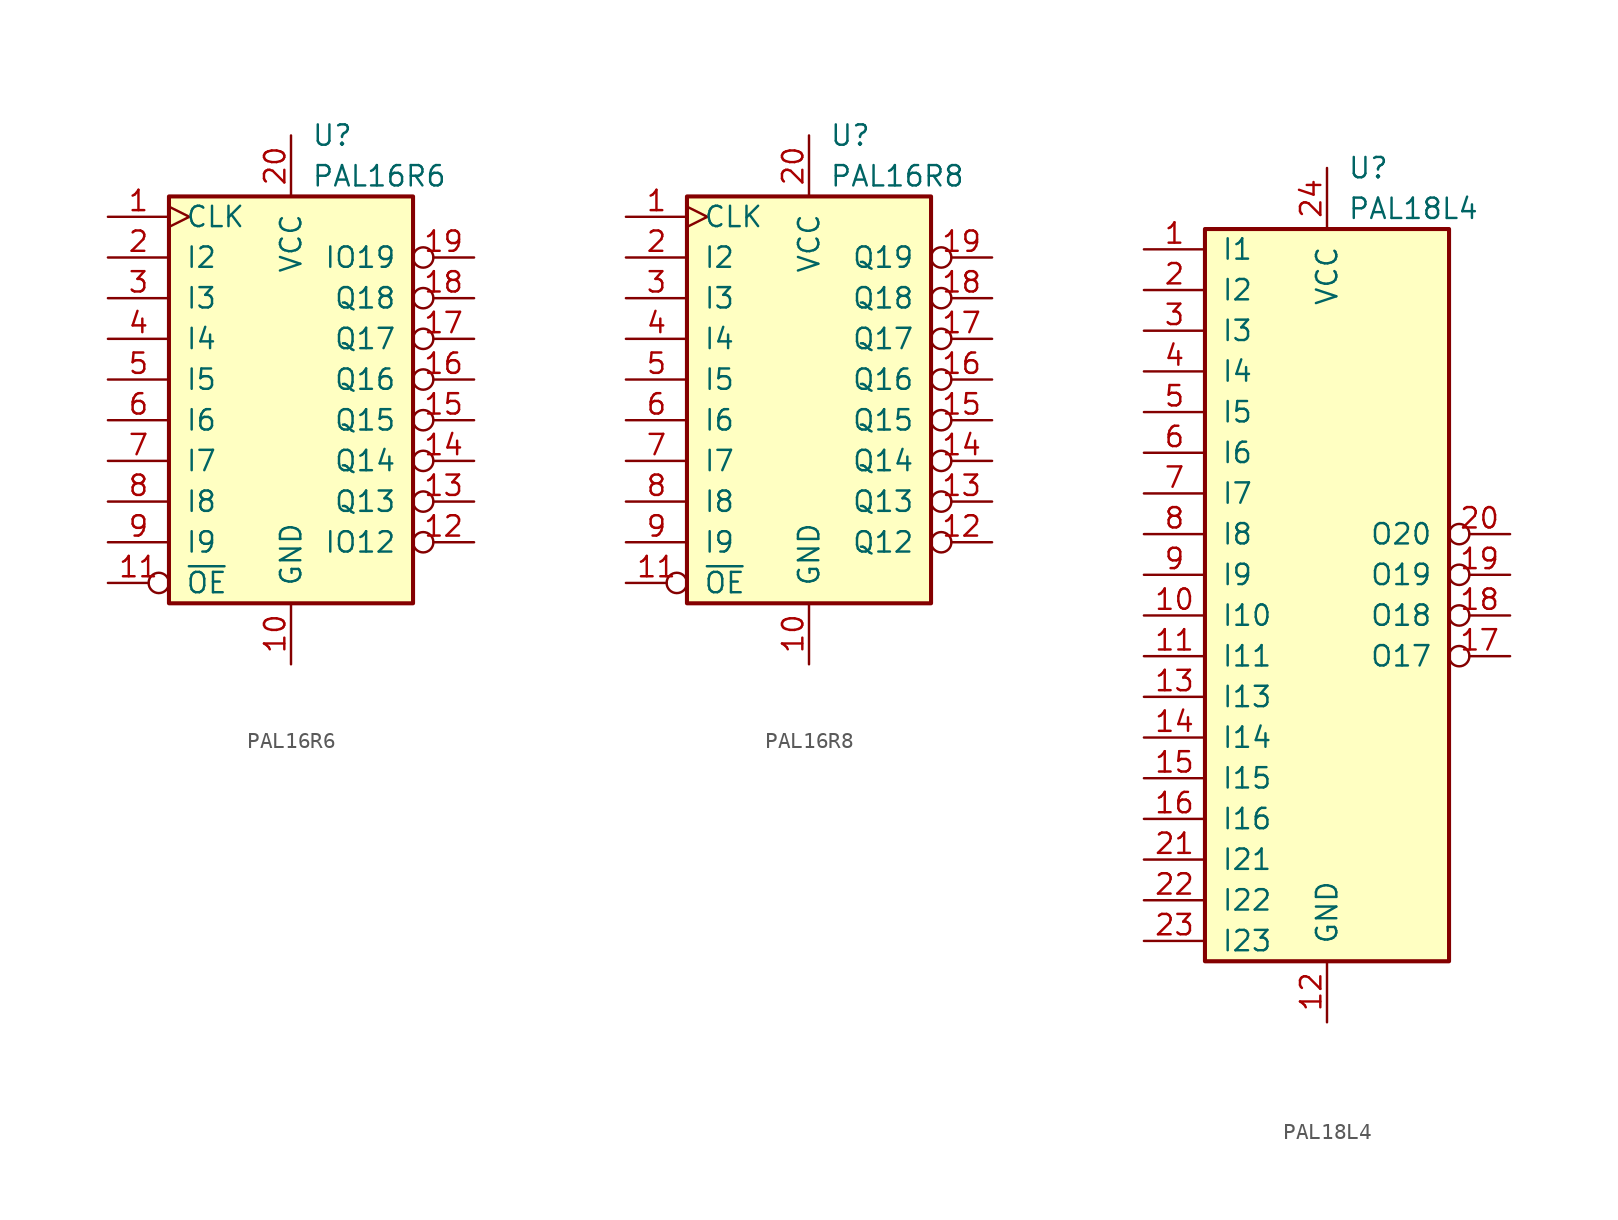
<source format=kicad_sym>
(kicad_symbol_lib
  (version 20220914)
  (generator kicad_symbol_editor)
  (symbol "PAL16R6"
    (pin_names
      (offset 1.016))
    (property "Reference" "U"
      (at 1.27 16.51 0)
      (do_not_autoplace)
      (effects (font (size 1.27 1.27)) (justify left)))
    (property "Value" "PAL16R6"
      (at 1.27 13.97 0)
      (effects (font (size 1.27 1.27)) (justify left)))
    (symbol "PAL16R6_0_0"
      (pin power_in line (at 0 -16.51 90) (length 3.81) (name "GND" (effects (font (size 1.27 1.27)))) (number "10" (effects (font (size 1.27 1.27)))))
      (pin power_in line (at 0 16.51 270) (length 3.81) (name "VCC" (effects (font (size 1.27 1.27)))) (number "20" (effects (font (size 1.27 1.27))))))
    (symbol "PAL16R6_0_1"
      (rectangle (start -7.62 12.7) (end 7.62 -12.7) (stroke (width 0.254) (type default)) (fill (type background))))
    (symbol "PAL16R6_1_1"
      (pin input clock (at -11.43 11.43 0) (length 3.81) (name "CLK" (effects (font (size 1.27 1.27)))) (number "1" (effects (font (size 1.27 1.27)))))
      (pin input inverted (at -11.43 -11.43 0) (length 3.81) (name "~{OE}" (effects (font (size 1.27 1.27)))) (number "11" (effects (font (size 1.27 1.27)))))
      (pin tri_state inverted (at 11.43 -8.89 180) (length 3.81) (name "IO12" (effects (font (size 1.27 1.27)))) (number "12" (effects (font (size 1.27 1.27)))))
      (pin output inverted (at 11.43 -6.35 180) (length 3.81) (name "Q13" (effects (font (size 1.27 1.27)))) (number "13" (effects (font (size 1.27 1.27)))))
      (pin output inverted (at 11.43 -3.81 180) (length 3.81) (name "Q14" (effects (font (size 1.27 1.27)))) (number "14" (effects (font (size 1.27 1.27)))))
      (pin output inverted (at 11.43 -1.27 180) (length 3.81) (name "Q15" (effects (font (size 1.27 1.27)))) (number "15" (effects (font (size 1.27 1.27)))))
      (pin output inverted (at 11.43 1.27 180) (length 3.81) (name "Q16" (effects (font (size 1.27 1.27)))) (number "16" (effects (font (size 1.27 1.27)))))
      (pin output inverted (at 11.43 3.81 180) (length 3.81) (name "Q17" (effects (font (size 1.27 1.27)))) (number "17" (effects (font (size 1.27 1.27)))))
      (pin output inverted (at 11.43 6.35 180) (length 3.81) (name "Q18" (effects (font (size 1.27 1.27)))) (number "18" (effects (font (size 1.27 1.27)))))
      (pin tri_state inverted (at 11.43 8.89 180) (length 3.81) (name "IO19" (effects (font (size 1.27 1.27)))) (number "19" (effects (font (size 1.27 1.27)))))
      (pin input line (at -11.43 8.89 0) (length 3.81) (name "I2" (effects (font (size 1.27 1.27)))) (number "2" (effects (font (size 1.27 1.27)))))
      (pin input line (at -11.43 6.35 0) (length 3.81) (name "I3" (effects (font (size 1.27 1.27)))) (number "3" (effects (font (size 1.27 1.27)))))
      (pin input line (at -11.43 3.81 0) (length 3.81) (name "I4" (effects (font (size 1.27 1.27)))) (number "4" (effects (font (size 1.27 1.27)))))
      (pin input line (at -11.43 1.27 0) (length 3.81) (name "I5" (effects (font (size 1.27 1.27)))) (number "5" (effects (font (size 1.27 1.27)))))
      (pin input line (at -11.43 -1.27 0) (length 3.81) (name "I6" (effects (font (size 1.27 1.27)))) (number "6" (effects (font (size 1.27 1.27)))))
      (pin input line (at -11.43 -3.81 0) (length 3.81) (name "I7" (effects (font (size 1.27 1.27)))) (number "7" (effects (font (size 1.27 1.27)))))
      (pin input line (at -11.43 -6.35 0) (length 3.81) (name "I8" (effects (font (size 1.27 1.27)))) (number "8" (effects (font (size 1.27 1.27)))))
      (pin input line (at -11.43 -8.89 0) (length 3.81) (name "I9" (effects (font (size 1.27 1.27)))) (number "9" (effects (font (size 1.27 1.27)))))))
  (symbol "PAL16R8"
    (pin_names
      (offset 1.016))
    (property "Reference" "U"
      (at 1.27 16.51 0)
      (do_not_autoplace)
      (effects (font (size 1.27 1.27)) (justify left)))
    (property "Value" "PAL16R8"
      (at 1.27 13.97 0)
      (do_not_autoplace)
      (effects (font (size 1.27 1.27)) (justify left)))
    (symbol "PAL16R8_0_0"
      (pin power_in line (at 0 -16.51 90) (length 3.81) (name "GND" (effects (font (size 1.27 1.27)))) (number "10" (effects (font (size 1.27 1.27)))))
      (pin power_in line (at 0 16.51 270) (length 3.81) (name "VCC" (effects (font (size 1.27 1.27)))) (number "20" (effects (font (size 1.27 1.27))))))
    (symbol "PAL16R8_0_1"
      (rectangle (start -7.62 12.7) (end 7.62 -12.7) (stroke (width 0.254) (type default)) (fill (type background))))
    (symbol "PAL16R8_1_1"
      (pin input clock (at -11.43 11.43 0) (length 3.81) (name "CLK" (effects (font (size 1.27 1.27)))) (number "1" (effects (font (size 1.27 1.27)))))
      (pin input inverted (at -11.43 -11.43 0) (length 3.81) (name "~{OE}" (effects (font (size 1.27 1.27)))) (number "11" (effects (font (size 1.27 1.27)))))
      (pin output inverted (at 11.43 -8.89 180) (length 3.81) (name "Q12" (effects (font (size 1.27 1.27)))) (number "12" (effects (font (size 1.27 1.27)))))
      (pin output inverted (at 11.43 -6.35 180) (length 3.81) (name "Q13" (effects (font (size 1.27 1.27)))) (number "13" (effects (font (size 1.27 1.27)))))
      (pin output inverted (at 11.43 -3.81 180) (length 3.81) (name "Q14" (effects (font (size 1.27 1.27)))) (number "14" (effects (font (size 1.27 1.27)))))
      (pin output inverted (at 11.43 -1.27 180) (length 3.81) (name "Q15" (effects (font (size 1.27 1.27)))) (number "15" (effects (font (size 1.27 1.27)))))
      (pin output inverted (at 11.43 1.27 180) (length 3.81) (name "Q16" (effects (font (size 1.27 1.27)))) (number "16" (effects (font (size 1.27 1.27)))))
      (pin output inverted (at 11.43 3.81 180) (length 3.81) (name "Q17" (effects (font (size 1.27 1.27)))) (number "17" (effects (font (size 1.27 1.27)))))
      (pin output inverted (at 11.43 6.35 180) (length 3.81) (name "Q18" (effects (font (size 1.27 1.27)))) (number "18" (effects (font (size 1.27 1.27)))))
      (pin output inverted (at 11.43 8.89 180) (length 3.81) (name "Q19" (effects (font (size 1.27 1.27)))) (number "19" (effects (font (size 1.27 1.27)))))
      (pin input line (at -11.43 8.89 0) (length 3.81) (name "I2" (effects (font (size 1.27 1.27)))) (number "2" (effects (font (size 1.27 1.27)))))
      (pin input line (at -11.43 6.35 0) (length 3.81) (name "I3" (effects (font (size 1.27 1.27)))) (number "3" (effects (font (size 1.27 1.27)))))
      (pin input line (at -11.43 3.81 0) (length 3.81) (name "I4" (effects (font (size 1.27 1.27)))) (number "4" (effects (font (size 1.27 1.27)))))
      (pin input line (at -11.43 1.27 0) (length 3.81) (name "I5" (effects (font (size 1.27 1.27)))) (number "5" (effects (font (size 1.27 1.27)))))
      (pin input line (at -11.43 -1.27 0) (length 3.81) (name "I6" (effects (font (size 1.27 1.27)))) (number "6" (effects (font (size 1.27 1.27)))))
      (pin input line (at -11.43 -3.81 0) (length 3.81) (name "I7" (effects (font (size 1.27 1.27)))) (number "7" (effects (font (size 1.27 1.27)))))
      (pin input line (at -11.43 -6.35 0) (length 3.81) (name "I8" (effects (font (size 1.27 1.27)))) (number "8" (effects (font (size 1.27 1.27)))))
      (pin input line (at -11.43 -8.89 0) (length 3.81) (name "I9" (effects (font (size 1.27 1.27)))) (number "9" (effects (font (size 1.27 1.27)))))))
  (symbol "PAL18L4"
    (pin_names
      (offset 1.016))
    (property "Reference" "U"
      (at 1.27 26.67 0)
      (do_not_autoplace)
      (effects (font (size 1.27 1.27)) (justify left)))
    (property "Value" "PAL18L4"
      (at 1.27 24.13 0)
      (do_not_autoplace)
      (effects (font (size 1.27 1.27)) (justify left)))
    (symbol "PAL18L4_0_0"
      (pin power_in line (at 0 -26.67 90) (length 3.81) (name "GND" (effects (font (size 1.27 1.27)))) (number "12" (effects (font (size 1.27 1.27)))))
      (pin power_in line (at 0 26.67 270) (length 3.81) (name "VCC" (effects (font (size 1.27 1.27)))) (number "24" (effects (font (size 1.27 1.27))))))
    (symbol "PAL18L4_0_1"
      (rectangle (start -7.62 22.86) (end 7.62 -22.86) (stroke (width 0.254) (type default)) (fill (type background))))
    (symbol "PAL18L4_1_1"
      (pin input line (at -11.43 21.59 0) (length 3.81) (name "I1" (effects (font (size 1.27 1.27)))) (number "1" (effects (font (size 1.27 1.27)))))
      (pin input line (at -11.43 -1.27 0) (length 3.81) (name "I10" (effects (font (size 1.27 1.27)))) (number "10" (effects (font (size 1.27 1.27)))))
      (pin input line (at -11.43 -3.81 0) (length 3.81) (name "I11" (effects (font (size 1.27 1.27)))) (number "11" (effects (font (size 1.27 1.27)))))
      (pin input line (at -11.43 -6.35 0) (length 3.81) (name "I13" (effects (font (size 1.27 1.27)))) (number "13" (effects (font (size 1.27 1.27)))))
      (pin input line (at -11.43 -8.89 0) (length 3.81) (name "I14" (effects (font (size 1.27 1.27)))) (number "14" (effects (font (size 1.27 1.27)))))
      (pin input line (at -11.43 -11.43 0) (length 3.81) (name "I15" (effects (font (size 1.27 1.27)))) (number "15" (effects (font (size 1.27 1.27)))))
      (pin input line (at -11.43 -13.97 0) (length 3.81) (name "I16" (effects (font (size 1.27 1.27)))) (number "16" (effects (font (size 1.27 1.27)))))
      (pin output inverted (at 11.43 -3.81 180) (length 3.81) (name "O17" (effects (font (size 1.27 1.27)))) (number "17" (effects (font (size 1.27 1.27)))))
      (pin output inverted (at 11.43 -1.27 180) (length 3.81) (name "O18" (effects (font (size 1.27 1.27)))) (number "18" (effects (font (size 1.27 1.27)))))
      (pin output inverted (at 11.43 1.27 180) (length 3.81) (name "O19" (effects (font (size 1.27 1.27)))) (number "19" (effects (font (size 1.27 1.27)))))
      (pin input line (at -11.43 19.05 0) (length 3.81) (name "I2" (effects (font (size 1.27 1.27)))) (number "2" (effects (font (size 1.27 1.27)))))
      (pin output inverted (at 11.43 3.81 180) (length 3.81) (name "O20" (effects (font (size 1.27 1.27)))) (number "20" (effects (font (size 1.27 1.27)))))
      (pin input line (at -11.43 -16.51 0) (length 3.81) (name "I21" (effects (font (size 1.27 1.27)))) (number "21" (effects (font (size 1.27 1.27)))))
      (pin input line (at -11.43 -19.05 0) (length 3.81) (name "I22" (effects (font (size 1.27 1.27)))) (number "22" (effects (font (size 1.27 1.27)))))
      (pin input line (at -11.43 -21.59 0) (length 3.81) (name "I23" (effects (font (size 1.27 1.27)))) (number "23" (effects (font (size 1.27 1.27)))))
      (pin input line (at -11.43 16.51 0) (length 3.81) (name "I3" (effects (font (size 1.27 1.27)))) (number "3" (effects (font (size 1.27 1.27)))))
      (pin input line (at -11.43 13.97 0) (length 3.81) (name "I4" (effects (font (size 1.27 1.27)))) (number "4" (effects (font (size 1.27 1.27)))))
      (pin input line (at -11.43 11.43 0) (length 3.81) (name "I5" (effects (font (size 1.27 1.27)))) (number "5" (effects (font (size 1.27 1.27)))))
      (pin input line (at -11.43 8.89 0) (length 3.81) (name "I6" (effects (font (size 1.27 1.27)))) (number "6" (effects (font (size 1.27 1.27)))))
      (pin input line (at -11.43 6.35 0) (length 3.81) (name "I7" (effects (font (size 1.27 1.27)))) (number "7" (effects (font (size 1.27 1.27)))))
      (pin input line (at -11.43 3.81 0) (length 3.81) (name "I8" (effects (font (size 1.27 1.27)))) (number "8" (effects (font (size 1.27 1.27)))))
      (pin input line (at -11.43 1.27 0) (length 3.81) (name "I9" (effects (font (size 1.27 1.27)))) (number "9" (effects (font (size 1.27 1.27))))))))
</source>
